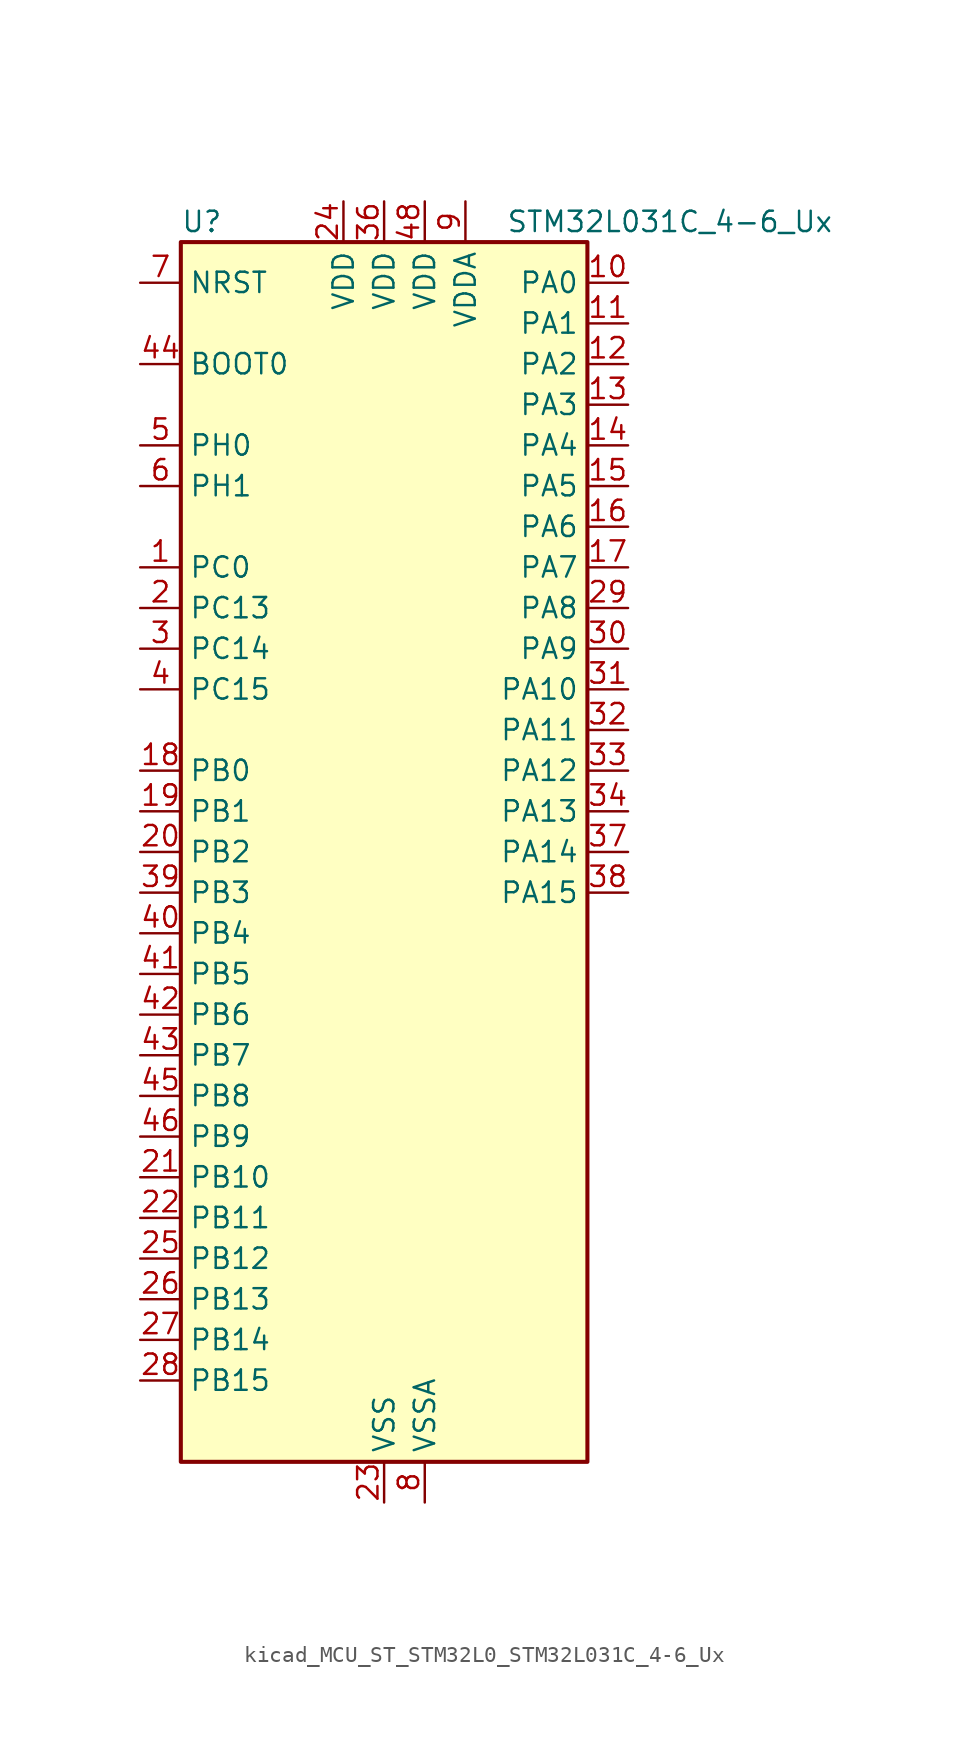
<source format=kicad_sym>
(kicad_symbol_lib
  (version 20220914)
  (generator kicad_symbol_editor)
  (symbol "kicad_MCU_ST_STM32L0_STM32L031C_4-6_Ux"
    (property "Reference" "U"
      (at -12.7 39.37 0)
      (effects (font (size 1.27 1.27)) (justify left)))
    (property "Value" "STM32L031C_4-6_Ux"
      (at 7.62 39.37 0)
      (effects (font (size 1.27 1.27)) (justify left)))
    (property "ki_locked" ""
      (at 0 0 0)
      (effects (font (size 1.27 1.27))))
    (symbol "kicad_MCU_ST_STM32L0_STM32L031C_4-6_Ux_0_1"
      (rectangle (start -12.7 -38.1) (end 12.7 38.1) (stroke (width 0.254) (type default)) (fill (type background))))
    (symbol "kicad_MCU_ST_STM32L0_STM32L031C_4-6_Ux_1_1"
      (pin bidirectional line (at -15.24 17.78 0) (length 2.54) (name "PC0" (effects (font (size 1.27 1.27)))) (number "1" (effects (font (size 1.27 1.27)))) (alternate "LPTIM1_IN1" bidirectional line) (alternate "LPUART1_RX" bidirectional line))
      (pin bidirectional line (at 15.24 35.56 180) (length 2.54) (name "PA0" (effects (font (size 1.27 1.27)))) (number "10" (effects (font (size 1.27 1.27)))) (alternate "ADC_IN0" bidirectional line) (alternate "COMP1_INM" bidirectional line) (alternate "COMP1_OUT" bidirectional line) (alternate "LPTIM1_IN1" bidirectional line) (alternate "RTC_TAMP2" bidirectional line) (alternate "SYS_WKUP1" bidirectional line) (alternate "TIM2_CH1" bidirectional line) (alternate "TIM2_ETR" bidirectional line) (alternate "USART2_CTS" bidirectional line))
      (pin bidirectional line (at 15.24 33.02 180) (length 2.54) (name "PA1" (effects (font (size 1.27 1.27)))) (number "11" (effects (font (size 1.27 1.27)))) (alternate "ADC_IN1" bidirectional line) (alternate "COMP1_INP" bidirectional line) (alternate "I2C1_SMBA" bidirectional line) (alternate "LPTIM1_IN2" bidirectional line) (alternate "TIM21_ETR" bidirectional line) (alternate "TIM2_CH2" bidirectional line) (alternate "USART2_DE" bidirectional line) (alternate "USART2_RTS" bidirectional line))
      (pin bidirectional line (at 15.24 30.48 180) (length 2.54) (name "PA2" (effects (font (size 1.27 1.27)))) (number "12" (effects (font (size 1.27 1.27)))) (alternate "ADC_IN2" bidirectional line) (alternate "COMP2_INM" bidirectional line) (alternate "COMP2_OUT" bidirectional line) (alternate "LPUART1_TX" bidirectional line) (alternate "RTC_OUT_ALARM" bidirectional line) (alternate "RTC_OUT_CALIB" bidirectional line) (alternate "RTC_TAMP3" bidirectional line) (alternate "RTC_TS" bidirectional line) (alternate "SYS_WKUP3" bidirectional line) (alternate "TIM21_CH1" bidirectional line) (alternate "TIM2_CH3" bidirectional line) (alternate "USART2_TX" bidirectional line))
      (pin bidirectional line (at 15.24 27.94 180) (length 2.54) (name "PA3" (effects (font (size 1.27 1.27)))) (number "13" (effects (font (size 1.27 1.27)))) (alternate "ADC_IN3" bidirectional line) (alternate "COMP2_INP" bidirectional line) (alternate "LPUART1_RX" bidirectional line) (alternate "TIM21_CH2" bidirectional line) (alternate "TIM2_CH4" bidirectional line) (alternate "USART2_RX" bidirectional line))
      (pin bidirectional line (at 15.24 25.4 180) (length 2.54) (name "PA4" (effects (font (size 1.27 1.27)))) (number "14" (effects (font (size 1.27 1.27)))) (alternate "ADC_IN4" bidirectional line) (alternate "COMP1_INM" bidirectional line) (alternate "COMP2_INM" bidirectional line) (alternate "LPTIM1_IN1" bidirectional line) (alternate "SPI1_NSS" bidirectional line) (alternate "TIM22_ETR" bidirectional line) (alternate "USART2_CK" bidirectional line))
      (pin bidirectional line (at 15.24 22.86 180) (length 2.54) (name "PA5" (effects (font (size 1.27 1.27)))) (number "15" (effects (font (size 1.27 1.27)))) (alternate "ADC_IN5" bidirectional line) (alternate "COMP1_INM" bidirectional line) (alternate "COMP2_INM" bidirectional line) (alternate "LPTIM1_IN2" bidirectional line) (alternate "SPI1_SCK" bidirectional line) (alternate "TIM2_CH1" bidirectional line) (alternate "TIM2_ETR" bidirectional line))
      (pin bidirectional line (at 15.24 20.32 180) (length 2.54) (name "PA6" (effects (font (size 1.27 1.27)))) (number "16" (effects (font (size 1.27 1.27)))) (alternate "ADC_IN6" bidirectional line) (alternate "COMP1_OUT" bidirectional line) (alternate "LPTIM1_ETR" bidirectional line) (alternate "LPUART1_CTS" bidirectional line) (alternate "SPI1_MISO" bidirectional line) (alternate "TIM22_CH1" bidirectional line))
      (pin bidirectional line (at 15.24 17.78 180) (length 2.54) (name "PA7" (effects (font (size 1.27 1.27)))) (number "17" (effects (font (size 1.27 1.27)))) (alternate "ADC_IN7" bidirectional line) (alternate "COMP2_OUT" bidirectional line) (alternate "LPTIM1_OUT" bidirectional line) (alternate "SPI1_MOSI" bidirectional line) (alternate "TIM22_CH2" bidirectional line) (alternate "USART2_CTS" bidirectional line))
      (pin bidirectional line (at -15.24 5.08 0) (length 2.54) (name "PB0" (effects (font (size 1.27 1.27)))) (number "18" (effects (font (size 1.27 1.27)))) (alternate "ADC_IN8" bidirectional line) (alternate "SPI1_MISO" bidirectional line) (alternate "SYS_VREF_OUT_PB0" bidirectional line) (alternate "TIM2_CH3" bidirectional line) (alternate "USART2_DE" bidirectional line) (alternate "USART2_RTS" bidirectional line))
      (pin bidirectional line (at -15.24 2.54 0) (length 2.54) (name "PB1" (effects (font (size 1.27 1.27)))) (number "19" (effects (font (size 1.27 1.27)))) (alternate "ADC_IN9" bidirectional line) (alternate "LPUART1_DE" bidirectional line) (alternate "LPUART1_RTS" bidirectional line) (alternate "SPI1_MOSI" bidirectional line) (alternate "SYS_VREF_OUT_PB1" bidirectional line) (alternate "TIM2_CH4" bidirectional line) (alternate "USART2_CK" bidirectional line))
      (pin bidirectional line (at -15.24 15.24 0) (length 2.54) (name "PC13" (effects (font (size 1.27 1.27)))) (number "2" (effects (font (size 1.27 1.27)))) (alternate "RTC_TAMP1" bidirectional line) (alternate "SYS_WKUP2" bidirectional line))
      (pin bidirectional line (at -15.24 0 0) (length 2.54) (name "PB2" (effects (font (size 1.27 1.27)))) (number "20" (effects (font (size 1.27 1.27)))) (alternate "LPTIM1_OUT" bidirectional line))
      (pin bidirectional line (at -15.24 -20.32 0) (length 2.54) (name "PB10" (effects (font (size 1.27 1.27)))) (number "21" (effects (font (size 1.27 1.27)))) (alternate "LPUART1_TX" bidirectional line) (alternate "TIM2_CH3" bidirectional line))
      (pin bidirectional line (at -15.24 -22.86 0) (length 2.54) (name "PB11" (effects (font (size 1.27 1.27)))) (number "22" (effects (font (size 1.27 1.27)))) (alternate "ADC_EXTI11" bidirectional line) (alternate "LPUART1_RX" bidirectional line) (alternate "TIM2_CH4" bidirectional line))
      (pin power_in line (at 0 -40.64 90) (length 2.54) (name "VSS" (effects (font (size 1.27 1.27)))) (number "23" (effects (font (size 1.27 1.27)))))
      (pin power_in line (at -2.54 40.64 270) (length 2.54) (name "VDD" (effects (font (size 1.27 1.27)))) (number "24" (effects (font (size 1.27 1.27)))))
      (pin bidirectional line (at -15.24 -25.4 0) (length 2.54) (name "PB12" (effects (font (size 1.27 1.27)))) (number "25" (effects (font (size 1.27 1.27)))) (alternate "SPI1_NSS" bidirectional line))
      (pin bidirectional line (at -15.24 -27.94 0) (length 2.54) (name "PB13" (effects (font (size 1.27 1.27)))) (number "26" (effects (font (size 1.27 1.27)))) (alternate "LPUART1_CTS" bidirectional line) (alternate "RCC_MCO" bidirectional line) (alternate "SPI1_SCK" bidirectional line) (alternate "TIM21_CH1" bidirectional line))
      (pin bidirectional line (at -15.24 -30.48 0) (length 2.54) (name "PB14" (effects (font (size 1.27 1.27)))) (number "27" (effects (font (size 1.27 1.27)))) (alternate "LPUART1_DE" bidirectional line) (alternate "LPUART1_RTS" bidirectional line) (alternate "RTC_OUT_ALARM" bidirectional line) (alternate "RTC_OUT_CALIB" bidirectional line) (alternate "SPI1_MISO" bidirectional line) (alternate "TIM21_CH2" bidirectional line))
      (pin bidirectional line (at -15.24 -33.02 0) (length 2.54) (name "PB15" (effects (font (size 1.27 1.27)))) (number "28" (effects (font (size 1.27 1.27)))) (alternate "RTC_REFIN" bidirectional line) (alternate "SPI1_MOSI" bidirectional line))
      (pin bidirectional line (at 15.24 15.24 180) (length 2.54) (name "PA8" (effects (font (size 1.27 1.27)))) (number "29" (effects (font (size 1.27 1.27)))) (alternate "LPTIM1_IN1" bidirectional line) (alternate "RCC_MCO" bidirectional line) (alternate "TIM2_CH1" bidirectional line) (alternate "USART2_CK" bidirectional line))
      (pin bidirectional line (at -15.24 12.7 0) (length 2.54) (name "PC14" (effects (font (size 1.27 1.27)))) (number "3" (effects (font (size 1.27 1.27)))) (alternate "RCC_OSC32_IN" bidirectional line))
      (pin bidirectional line (at 15.24 12.7 180) (length 2.54) (name "PA9" (effects (font (size 1.27 1.27)))) (number "30" (effects (font (size 1.27 1.27)))) (alternate "I2C1_SCL" bidirectional line) (alternate "RCC_MCO" bidirectional line) (alternate "TIM22_CH1" bidirectional line) (alternate "USART2_TX" bidirectional line))
      (pin bidirectional line (at 15.24 10.16 180) (length 2.54) (name "PA10" (effects (font (size 1.27 1.27)))) (number "31" (effects (font (size 1.27 1.27)))) (alternate "I2C1_SDA" bidirectional line) (alternate "TIM22_CH2" bidirectional line) (alternate "USART2_RX" bidirectional line))
      (pin bidirectional line (at 15.24 7.62 180) (length 2.54) (name "PA11" (effects (font (size 1.27 1.27)))) (number "32" (effects (font (size 1.27 1.27)))) (alternate "ADC_EXTI11" bidirectional line) (alternate "COMP1_OUT" bidirectional line) (alternate "SPI1_MISO" bidirectional line) (alternate "TIM21_CH2" bidirectional line) (alternate "USART2_CTS" bidirectional line))
      (pin bidirectional line (at 15.24 5.08 180) (length 2.54) (name "PA12" (effects (font (size 1.27 1.27)))) (number "33" (effects (font (size 1.27 1.27)))) (alternate "COMP2_OUT" bidirectional line) (alternate "SPI1_MOSI" bidirectional line) (alternate "USART2_DE" bidirectional line) (alternate "USART2_RTS" bidirectional line))
      (pin bidirectional line (at 15.24 2.54 180) (length 2.54) (name "PA13" (effects (font (size 1.27 1.27)))) (number "34" (effects (font (size 1.27 1.27)))) (alternate "LPTIM1_ETR" bidirectional line) (alternate "LPUART1_RX" bidirectional line) (alternate "SYS_SWDIO" bidirectional line))
      (pin passive line (at 0 -40.64 90) (length 2.54) hide (name "VSS" (effects (font (size 1.27 1.27)))) (number "35" (effects (font (size 1.27 1.27)))))
      (pin power_in line (at 0 40.64 270) (length 2.54) (name "VDD" (effects (font (size 1.27 1.27)))) (number "36" (effects (font (size 1.27 1.27)))))
      (pin bidirectional line (at 15.24 0 180) (length 2.54) (name "PA14" (effects (font (size 1.27 1.27)))) (number "37" (effects (font (size 1.27 1.27)))) (alternate "I2C1_SMBA" bidirectional line) (alternate "LPTIM1_OUT" bidirectional line) (alternate "LPUART1_TX" bidirectional line) (alternate "SYS_SWCLK" bidirectional line) (alternate "USART2_TX" bidirectional line))
      (pin bidirectional line (at 15.24 -2.54 180) (length 2.54) (name "PA15" (effects (font (size 1.27 1.27)))) (number "38" (effects (font (size 1.27 1.27)))) (alternate "SPI1_NSS" bidirectional line) (alternate "TIM2_CH1" bidirectional line) (alternate "TIM2_ETR" bidirectional line) (alternate "USART2_RX" bidirectional line))
      (pin bidirectional line (at -15.24 -2.54 0) (length 2.54) (name "PB3" (effects (font (size 1.27 1.27)))) (number "39" (effects (font (size 1.27 1.27)))) (alternate "COMP2_INM" bidirectional line) (alternate "SPI1_SCK" bidirectional line) (alternate "TIM2_CH2" bidirectional line))
      (pin bidirectional line (at -15.24 10.16 0) (length 2.54) (name "PC15" (effects (font (size 1.27 1.27)))) (number "4" (effects (font (size 1.27 1.27)))) (alternate "RCC_OSC32_OUT" bidirectional line))
      (pin bidirectional line (at -15.24 -5.08 0) (length 2.54) (name "PB4" (effects (font (size 1.27 1.27)))) (number "40" (effects (font (size 1.27 1.27)))) (alternate "COMP2_INP" bidirectional line) (alternate "SPI1_MISO" bidirectional line) (alternate "TIM22_CH1" bidirectional line))
      (pin bidirectional line (at -15.24 -7.62 0) (length 2.54) (name "PB5" (effects (font (size 1.27 1.27)))) (number "41" (effects (font (size 1.27 1.27)))) (alternate "COMP2_INP" bidirectional line) (alternate "I2C1_SMBA" bidirectional line) (alternate "LPTIM1_IN1" bidirectional line) (alternate "SPI1_MOSI" bidirectional line) (alternate "TIM22_CH2" bidirectional line))
      (pin bidirectional line (at -15.24 -10.16 0) (length 2.54) (name "PB6" (effects (font (size 1.27 1.27)))) (number "42" (effects (font (size 1.27 1.27)))) (alternate "COMP2_INP" bidirectional line) (alternate "I2C1_SCL" bidirectional line) (alternate "LPTIM1_ETR" bidirectional line) (alternate "TIM21_CH1" bidirectional line) (alternate "USART2_TX" bidirectional line))
      (pin bidirectional line (at -15.24 -12.7 0) (length 2.54) (name "PB7" (effects (font (size 1.27 1.27)))) (number "43" (effects (font (size 1.27 1.27)))) (alternate "COMP2_INP" bidirectional line) (alternate "I2C1_SDA" bidirectional line) (alternate "LPTIM1_IN2" bidirectional line) (alternate "SYS_PVD_IN" bidirectional line) (alternate "USART2_RX" bidirectional line))
      (pin input line (at -15.24 30.48 0) (length 2.54) (name "BOOT0" (effects (font (size 1.27 1.27)))) (number "44" (effects (font (size 1.27 1.27)))))
      (pin bidirectional line (at -15.24 -15.24 0) (length 2.54) (name "PB8" (effects (font (size 1.27 1.27)))) (number "45" (effects (font (size 1.27 1.27)))) (alternate "I2C1_SCL" bidirectional line))
      (pin bidirectional line (at -15.24 -17.78 0) (length 2.54) (name "PB9" (effects (font (size 1.27 1.27)))) (number "46" (effects (font (size 1.27 1.27)))) (alternate "I2C1_SDA" bidirectional line))
      (pin passive line (at 0 -40.64 90) (length 2.54) hide (name "VSS" (effects (font (size 1.27 1.27)))) (number "47" (effects (font (size 1.27 1.27)))))
      (pin power_in line (at 2.54 40.64 270) (length 2.54) (name "VDD" (effects (font (size 1.27 1.27)))) (number "48" (effects (font (size 1.27 1.27)))))
      (pin passive line (at 0 -40.64 90) (length 2.54) hide (name "VSS" (effects (font (size 1.27 1.27)))) (number "49" (effects (font (size 1.27 1.27)))))
      (pin bidirectional line (at -15.24 25.4 0) (length 2.54) (name "PH0" (effects (font (size 1.27 1.27)))) (number "5" (effects (font (size 1.27 1.27)))) (alternate "RCC_OSC_IN" bidirectional line))
      (pin bidirectional line (at -15.24 22.86 0) (length 2.54) (name "PH1" (effects (font (size 1.27 1.27)))) (number "6" (effects (font (size 1.27 1.27)))) (alternate "RCC_OSC_OUT" bidirectional line))
      (pin input line (at -15.24 35.56 0) (length 2.54) (name "NRST" (effects (font (size 1.27 1.27)))) (number "7" (effects (font (size 1.27 1.27)))))
      (pin power_in line (at 2.54 -40.64 90) (length 2.54) (name "VSSA" (effects (font (size 1.27 1.27)))) (number "8" (effects (font (size 1.27 1.27)))))
      (pin power_in line (at 5.08 40.64 270) (length 2.54) (name "VDDA" (effects (font (size 1.27 1.27)))) (number "9" (effects (font (size 1.27 1.27))))))))
</source>
